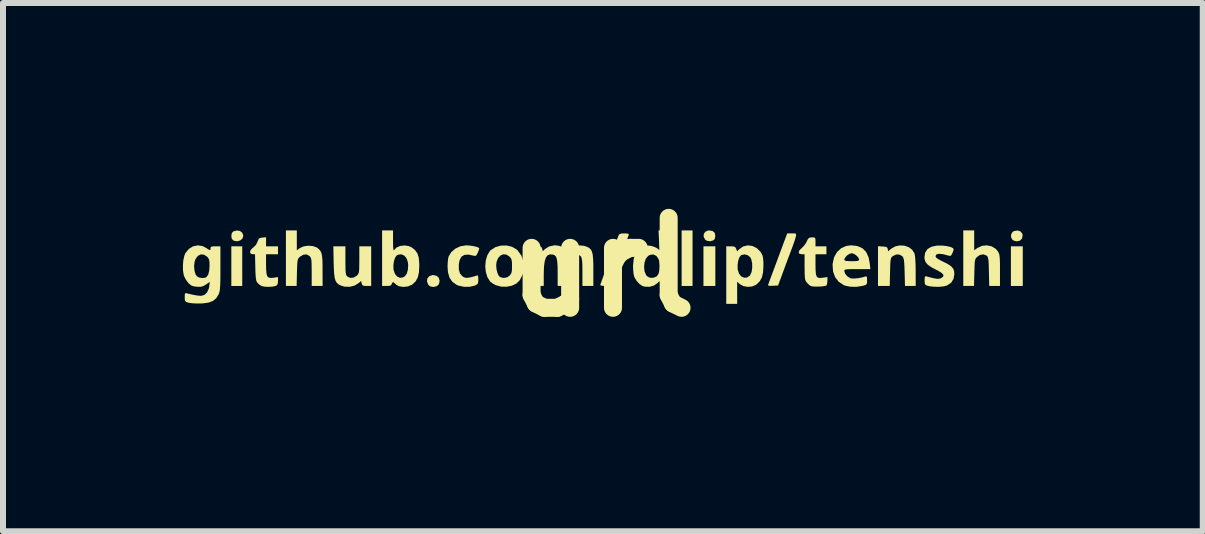
<source format=kicad_pcb>
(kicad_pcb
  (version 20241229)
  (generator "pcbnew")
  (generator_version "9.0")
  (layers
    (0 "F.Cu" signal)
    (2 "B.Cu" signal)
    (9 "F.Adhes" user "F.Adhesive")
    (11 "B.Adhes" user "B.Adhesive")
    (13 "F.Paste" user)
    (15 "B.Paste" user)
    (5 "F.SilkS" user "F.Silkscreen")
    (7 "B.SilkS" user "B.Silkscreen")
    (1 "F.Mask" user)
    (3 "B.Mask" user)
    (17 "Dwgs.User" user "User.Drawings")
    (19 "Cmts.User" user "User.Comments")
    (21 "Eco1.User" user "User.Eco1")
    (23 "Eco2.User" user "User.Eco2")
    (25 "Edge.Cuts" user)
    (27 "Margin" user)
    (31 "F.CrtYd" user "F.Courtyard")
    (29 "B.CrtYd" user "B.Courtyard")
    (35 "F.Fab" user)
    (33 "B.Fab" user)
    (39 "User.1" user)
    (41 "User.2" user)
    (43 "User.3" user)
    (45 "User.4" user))
  (footprint "url"
    (layer "F.Cu")
    (at 6.992 1.404)
    (property "Reference" "url" (at 0 0 0) (layer "F.SilkS") (effects (font (size 1.5 1.5) (thickness 0.3))))
    (attr board_only exclude_from_pos_files exclude_from_bom)
    (fp_poly (pts (xy -6.003 -0.017) (xy -6.003 0.314) (xy -6.094 0.314) (xy -6.185 0.314) (xy -6.185 -0.017) (xy -6.185 -0.347) (xy -6.094 -0.347) (xy -6.003 -0.347)) (stroke (width 0) (type solid)) (fill yes) (layer "F.SilkS"))
    (fp_poly (pts (xy 1.505 -0.149) (xy 1.505 0.314) (xy 1.414 0.314) (xy 1.323 0.314) (xy 1.323 -0.149) (xy 1.323 -0.612) (xy 1.414 -0.612) (xy 1.505 -0.612)) (stroke (width 0) (type solid)) (fill yes) (layer "F.SilkS"))
    (fp_poly (pts (xy 1.885 -0.017) (xy 1.885 0.314) (xy 1.786 0.314) (xy 1.687 0.314) (xy 1.687 -0.017) (xy 1.687 -0.347) (xy 1.786 -0.347) (xy 1.885 -0.347)) (stroke (width 0) (type solid)) (fill yes) (layer "F.SilkS"))
    (fp_poly (pts (xy 7.011 -0.017) (xy 7.011 0.314) (xy 6.912 0.314) (xy 6.813 0.314) (xy 6.813 -0.017) (xy 6.813 -0.347) (xy 6.912 -0.347) (xy 7.011 -0.347)) (stroke (width 0) (type solid)) (fill yes) (layer "F.SilkS"))
    (fp_poly (pts (xy -2.76 0.145) (xy -2.724 0.18) (xy -2.712 0.232) (xy -2.725 0.286) (xy -2.764 0.32) (xy -2.82 0.331) (xy -2.872 0.32) (xy -2.901 0.294) (xy -2.923 0.24) (xy -2.917 0.19) (xy -2.886 0.152) (xy -2.834 0.133) (xy -2.82 0.132)) (stroke (width 0) (type solid)) (fill yes) (layer "F.SilkS"))
    (fp_poly (pts (xy 1.84 -0.602) (xy 1.875 -0.571) (xy 1.885 -0.521) (xy 1.876 -0.471) (xy 1.853 -0.447) (xy 1.797 -0.431) (xy 1.743 -0.44) (xy 1.714 -0.46) (xy 1.69 -0.507) (xy 1.693 -0.554) (xy 1.719 -0.591) (xy 1.765 -0.611) (xy 1.78 -0.612)) (stroke (width 0) (type solid)) (fill yes) (layer "F.SilkS"))
    (fp_poly (pts (xy 6.974 -0.595) (xy 7.003 -0.558) (xy 7.008 -0.535) (xy 7 -0.479) (xy 6.967 -0.443) (xy 6.912 -0.43) (xy 6.868 -0.439) (xy 6.838 -0.457) (xy 6.816 -0.499) (xy 6.817 -0.546) (xy 6.84 -0.586) (xy 6.867 -0.602) (xy 6.926 -0.611)) (stroke (width 0) (type solid)) (fill yes) (layer "F.SilkS"))
    (fp_poly (pts (xy -6.044 -0.604) (xy -6.005 -0.576) (xy -5.987 -0.532) (xy -5.986 -0.522) (xy -6 -0.476) (xy -6.037 -0.445) (xy -6.087 -0.431) (xy -6.14 -0.44) (xy -6.156 -0.448) (xy -6.179 -0.478) (xy -6.185 -0.522) (xy -6.177 -0.566) (xy -6.153 -0.595) (xy -6.096 -0.611)) (stroke (width 0) (type solid)) (fill yes) (layer "F.SilkS"))
    (fp_poly (pts (xy 3.224 -0.559) (xy 3.231 -0.548) (xy 3.231 -0.527) (xy 3.223 -0.492) (xy 3.207 -0.441) (xy 3.182 -0.369) (xy 3.147 -0.274) (xy 3.101 -0.153) (xy 3.078 -0.091) (xy 2.931 0.306) (xy 2.844 0.311) (xy 2.792 0.312) (xy 2.768 0.307) (xy 2.765 0.294) (xy 2.773 0.274) (xy 2.79 0.226) (xy 2.816 0.156) (xy 2.849 0.068) (xy 2.887 -0.034) (xy 2.928 -0.145) (xy 3.083 -0.562) (xy 3.164 -0.562) (xy 3.19 -0.563) (xy 3.21 -0.563)) (stroke (width 0) (type solid)) (fill yes) (layer "F.SilkS"))
    (fp_poly (pts (xy 0.419 -0.56) (xy 0.442 -0.551) (xy 0.443 -0.542) (xy 0.435 -0.521) (xy 0.418 -0.474) (xy 0.392 -0.404) (xy 0.36 -0.316) (xy 0.322 -0.214) (xy 0.281 -0.103) (xy 0.127 0.314) (xy 0.047 0.314) (xy 0.001 0.311) (xy -0.028 0.304) (xy -0.033 0.298) (xy -0.028 0.28) (xy -0.012 0.236) (xy 0.011 0.171) (xy 0.041 0.089) (xy 0.075 -0.004) (xy 0.112 -0.104) (xy 0.149 -0.205) (xy 0.186 -0.303) (xy 0.219 -0.393) (xy 0.249 -0.47) (xy 0.272 -0.529) (xy 0.273 -0.533) (xy 0.289 -0.552) (xy 0.324 -0.561) (xy 0.367 -0.562)) (stroke (width 0) (type solid)) (fill yes) (layer "F.SilkS"))
    (fp_poly (pts (xy 6.201 -0.447) (xy 6.201 -0.282) (xy 6.261 -0.323) (xy 6.335 -0.356) (xy 6.415 -0.363) (xy 6.493 -0.346) (xy 6.559 -0.306) (xy 6.598 -0.261) (xy 6.61 -0.237) (xy 6.62 -0.21) (xy 6.625 -0.172) (xy 6.629 -0.12) (xy 6.631 -0.046) (xy 6.631 0.054) (xy 6.631 0.314) (xy 6.541 0.314) (xy 6.452 0.314) (xy 6.446 0.073) (xy 6.444 -0.022) (xy 6.441 -0.09) (xy 6.436 -0.135) (xy 6.429 -0.164) (xy 6.42 -0.181) (xy 6.409 -0.192) (xy 6.355 -0.213) (xy 6.297 -0.203) (xy 6.256 -0.175) (xy 6.237 -0.158) (xy 6.224 -0.141) (xy 6.216 -0.116) (xy 6.21 -0.079) (xy 6.207 -0.024) (xy 6.205 0.057) (xy 6.204 0.09) (xy 6.198 0.314) (xy 6.109 0.314) (xy 6.019 0.314) (xy 6.019 -0.149) (xy 6.019 -0.612) (xy 6.11 -0.612) (xy 6.201 -0.612)) (stroke (width 0) (type solid)) (fill yes) (layer "F.SilkS"))
    (fp_poly (pts (xy -5.093 -0.446) (xy -5.093 -0.28) (xy -5.042 -0.318) (xy -4.981 -0.346) (xy -4.906 -0.357) (xy -4.83 -0.352) (xy -4.765 -0.33) (xy -4.751 -0.321) (xy -4.72 -0.295) (xy -4.698 -0.267) (xy -4.682 -0.232) (xy -4.672 -0.183) (xy -4.666 -0.117) (xy -4.664 -0.026) (xy -4.664 0.054) (xy -4.663 0.314) (xy -4.754 0.314) (xy -4.845 0.314) (xy -4.845 0.083) (xy -4.846 -0.01) (xy -4.847 -0.076) (xy -4.851 -0.121) (xy -4.858 -0.15) (xy -4.868 -0.17) (xy -4.878 -0.182) (xy -4.927 -0.211) (xy -4.982 -0.208) (xy -5.039 -0.175) (xy -5.057 -0.158) (xy -5.07 -0.141) (xy -5.079 -0.116) (xy -5.084 -0.079) (xy -5.087 -0.024) (xy -5.09 0.057) (xy -5.091 0.09) (xy -5.096 0.314) (xy -5.186 0.314) (xy -5.275 0.314) (xy -5.275 -0.149) (xy -5.275 -0.612) (xy -5.184 -0.612) (xy -5.093 -0.612)) (stroke (width 0) (type solid)) (fill yes) (layer "F.SilkS"))
    (fp_poly (pts (xy -4.283 -0.11) (xy -4.282 -0.015) (xy -4.281 0.052) (xy -4.277 0.098) (xy -4.271 0.127) (xy -4.261 0.145) (xy -4.253 0.155) (xy -4.203 0.179) (xy -4.148 0.175) (xy -4.096 0.145) (xy -4.092 0.141) (xy -4.076 0.123) (xy -4.064 0.104) (xy -4.057 0.077) (xy -4.053 0.036) (xy -4.052 -0.024) (xy -4.051 -0.111) (xy -4.051 -0.123) (xy -4.051 -0.347) (xy -3.952 -0.347) (xy -3.853 -0.347) (xy -3.853 -0.017) (xy -3.853 0.314) (xy -3.927 0.314) (xy -3.974 0.312) (xy -3.998 0.302) (xy -4.01 0.278) (xy -4.012 0.272) (xy -4.022 0.23) (xy -4.058 0.263) (xy -4.128 0.307) (xy -4.212 0.328) (xy -4.301 0.325) (xy -4.358 0.307) (xy -4.397 0.287) (xy -4.426 0.262) (xy -4.447 0.227) (xy -4.462 0.178) (xy -4.471 0.109) (xy -4.476 0.016) (xy -4.479 -0.079) (xy -4.484 -0.347) (xy -4.384 -0.347) (xy -4.283 -0.347)) (stroke (width 0) (type solid)) (fill yes) (layer "F.SilkS"))
    (fp_poly (pts (xy 5.038 -0.358) (xy 5.11 -0.333) (xy 5.168 -0.289) (xy 5.205 -0.229) (xy 5.208 -0.218) (xy 5.215 -0.179) (xy 5.22 -0.116) (xy 5.224 -0.035) (xy 5.225 0.055) (xy 5.225 0.079) (xy 5.226 0.314) (xy 5.136 0.314) (xy 5.047 0.314) (xy 5.041 0.084) (xy 5.038 -0.01) (xy 5.034 -0.077) (xy 5.029 -0.123) (xy 5.021 -0.153) (xy 5.01 -0.173) (xy 5.004 -0.18) (xy 4.957 -0.209) (xy 4.902 -0.211) (xy 4.847 -0.186) (xy 4.843 -0.183) (xy 4.827 -0.169) (xy 4.816 -0.152) (xy 4.809 -0.126) (xy 4.804 -0.085) (xy 4.801 -0.023) (xy 4.799 0.065) (xy 4.798 0.081) (xy 4.793 0.314) (xy 4.695 0.314) (xy 4.597 0.314) (xy 4.597 -0.017) (xy 4.597 -0.349) (xy 4.676 -0.344) (xy 4.724 -0.339) (xy 4.749 -0.328) (xy 4.759 -0.306) (xy 4.76 -0.301) (xy 4.765 -0.264) (xy 4.814 -0.305) (xy 4.883 -0.345) (xy 4.96 -0.362)) (stroke (width 0) (type solid)) (fill yes) (layer "F.SilkS"))
    (fp_poly (pts (xy -5.606 -0.423) (xy -5.606 -0.347) (xy -5.507 -0.347) (xy -5.407 -0.347) (xy -5.407 -0.281) (xy -5.407 -0.215) (xy -5.507 -0.215) (xy -5.606 -0.215) (xy -5.606 -0.045) (xy -5.604 0.048) (xy -5.598 0.113) (xy -5.585 0.153) (xy -5.562 0.174) (xy -5.527 0.18) (xy -5.484 0.177) (xy -5.407 0.166) (xy -5.407 0.232) (xy -5.411 0.278) (xy -5.426 0.302) (xy -5.45 0.315) (xy -5.5 0.325) (xy -5.566 0.329) (xy -5.631 0.326) (xy -5.68 0.315) (xy -5.68 0.315) (xy -5.716 0.293) (xy -5.746 0.265) (xy -5.76 0.246) (xy -5.77 0.221) (xy -5.776 0.184) (xy -5.781 0.128) (xy -5.784 0.048) (xy -5.785 0.007) (xy -5.79 -0.215) (xy -5.83 -0.215) (xy -5.863 -0.226) (xy -5.873 -0.252) (xy -5.862 -0.286) (xy -5.831 -0.319) (xy -5.821 -0.325) (xy -5.774 -0.371) (xy -5.75 -0.421) (xy -5.732 -0.464) (xy -5.711 -0.485) (xy -5.674 -0.492) (xy -5.667 -0.493) (xy -5.606 -0.498)) (stroke (width 0) (type solid)) (fill yes) (layer "F.SilkS"))
    (fp_poly (pts (xy -2.215 -0.36) (xy -2.157 -0.352) (xy -2.104 -0.34) (xy -2.065 -0.327) (xy -2.051 -0.314) (xy -2.056 -0.292) (xy -2.071 -0.253) (xy -2.076 -0.24) (xy -2.096 -0.201) (xy -2.116 -0.187) (xy -2.138 -0.189) (xy -2.229 -0.209) (xy -2.299 -0.204) (xy -2.348 -0.175) (xy -2.378 -0.119) (xy -2.392 -0.05) (xy -2.392 0.039) (xy -2.373 0.105) (xy -2.332 0.152) (xy -2.323 0.159) (xy -2.289 0.176) (xy -2.252 0.179) (xy -2.202 0.171) (xy -2.149 0.158) (xy -2.107 0.145) (xy -2.096 0.141) (xy -2.078 0.138) (xy -2.07 0.152) (xy -2.067 0.19) (xy -2.067 0.206) (xy -2.069 0.254) (xy -2.08 0.281) (xy -2.105 0.298) (xy -2.124 0.307) (xy -2.211 0.328) (xy -2.308 0.328) (xy -2.401 0.307) (xy -2.431 0.294) (xy -2.5 0.244) (xy -2.547 0.176) (xy -2.573 0.086) (xy -2.58 -0.011) (xy -2.577 -0.078) (xy -2.571 -0.137) (xy -2.562 -0.177) (xy -2.518 -0.25) (xy -2.449 -0.309) (xy -2.365 -0.348) (xy -2.272 -0.363) (xy -2.269 -0.363)) (stroke (width 0) (type solid)) (fill yes) (layer "F.SilkS"))
    (fp_poly (pts (xy 3.533 -0.495) (xy 3.55 -0.484) (xy 3.555 -0.455) (xy 3.555 -0.422) (xy 3.555 -0.347) (xy 3.646 -0.347) (xy 3.737 -0.347) (xy 3.737 -0.281) (xy 3.737 -0.215) (xy 3.646 -0.215) (xy 3.555 -0.215) (xy 3.555 -0.035) (xy 3.557 0.056) (xy 3.562 0.118) (xy 3.575 0.156) (xy 3.597 0.176) (xy 3.632 0.181) (xy 3.68 0.176) (xy 3.754 0.166) (xy 3.754 0.231) (xy 3.749 0.275) (xy 3.739 0.304) (xy 3.736 0.307) (xy 3.704 0.316) (xy 3.652 0.322) (xy 3.591 0.325) (xy 3.532 0.324) (xy 3.489 0.319) (xy 3.479 0.316) (xy 3.444 0.292) (xy 3.409 0.256) (xy 3.409 0.255) (xy 3.394 0.234) (xy 3.384 0.209) (xy 3.378 0.174) (xy 3.375 0.122) (xy 3.374 0.047) (xy 3.373 -0.002) (xy 3.373 -0.215) (xy 3.324 -0.215) (xy 3.286 -0.224) (xy 3.274 -0.248) (xy 3.288 -0.282) (xy 3.326 -0.318) (xy 3.365 -0.358) (xy 3.401 -0.41) (xy 3.408 -0.426) (xy 3.429 -0.469) (xy 3.451 -0.49) (xy 3.483 -0.496) (xy 3.497 -0.496)) (stroke (width 0) (type solid)) (fill yes) (layer "F.SilkS"))
    (fp_poly (pts (xy -1.506 -0.34) (xy -1.429 -0.295) (xy -1.41 -0.277) (xy -1.348 -0.191) (xy -1.314 -0.092) (xy -1.306 0.014) (xy -1.326 0.119) (xy -1.375 0.217) (xy -1.378 0.221) (xy -1.433 0.274) (xy -1.509 0.31) (xy -1.597 0.327) (xy -1.688 0.325) (xy -1.774 0.301) (xy -1.778 0.3) (xy -1.826 0.273) (xy -1.865 0.244) (xy -1.872 0.237) (xy -1.916 0.167) (xy -1.942 0.079) (xy -1.951 -0.017) (xy -1.95 -0.026) (xy -1.769 -0.026) (xy -1.763 0.039) (xy -1.747 0.1) (xy -1.725 0.146) (xy -1.707 0.164) (xy -1.648 0.181) (xy -1.587 0.17) (xy -1.545 0.141) (xy -1.524 0.115) (xy -1.511 0.085) (xy -1.506 0.041) (xy -1.505 -0.017) (xy -1.506 -0.081) (xy -1.512 -0.123) (xy -1.526 -0.152) (xy -1.545 -0.174) (xy -1.598 -0.209) (xy -1.65 -0.214) (xy -1.699 -0.193) (xy -1.738 -0.15) (xy -1.763 -0.086) (xy -1.769 -0.026) (xy -1.95 -0.026) (xy -1.942 -0.113) (xy -1.916 -0.2) (xy -1.874 -0.269) (xy -1.858 -0.285) (xy -1.78 -0.334) (xy -1.69 -0.359) (xy -1.596 -0.361)) (stroke (width 0) (type solid)) (fill yes) (layer "F.SilkS"))
    (fp_poly (pts (xy 1.141 -0.149) (xy 1.141 0.314) (xy 1.066 0.314) (xy 1.017 0.311) (xy 0.99 0.299) (xy 0.973 0.274) (xy 0.973 0.273) (xy 0.954 0.231) (xy 0.922 0.265) (xy 0.862 0.307) (xy 0.787 0.328) (xy 0.709 0.326) (xy 0.67 0.315) (xy 0.621 0.282) (xy 0.573 0.23) (xy 0.538 0.171) (xy 0.529 0.148) (xy 0.52 0.102) (xy 0.515 0.037) (xy 0.513 -0.001) (xy 0.697 -0.001) (xy 0.705 0.071) (xy 0.73 0.131) (xy 0.745 0.15) (xy 0.793 0.177) (xy 0.851 0.178) (xy 0.905 0.155) (xy 0.911 0.151) (xy 0.937 0.112) (xy 0.953 0.051) (xy 0.958 -0.02) (xy 0.951 -0.091) (xy 0.938 -0.135) (xy 0.902 -0.187) (xy 0.853 -0.211) (xy 0.797 -0.205) (xy 0.763 -0.186) (xy 0.726 -0.14) (xy 0.704 -0.075) (xy 0.697 -0.001) (xy 0.513 -0.001) (xy 0.513 -0.025) (xy 0.524 -0.136) (xy 0.555 -0.228) (xy 0.605 -0.298) (xy 0.671 -0.343) (xy 0.75 -0.36) (xy 0.782 -0.359) (xy 0.842 -0.347) (xy 0.895 -0.326) (xy 0.908 -0.318) (xy 0.954 -0.284) (xy 0.946 -0.448) (xy 0.938 -0.612) (xy 1.04 -0.612) (xy 1.141 -0.612)) (stroke (width 0) (type solid)) (fill yes) (layer "F.SilkS"))
    (fp_poly (pts (xy 2.503 -0.353) (xy 2.575 -0.318) (xy 2.637 -0.257) (xy 2.653 -0.231) (xy 2.671 -0.195) (xy 2.681 -0.152) (xy 2.686 -0.093) (xy 2.687 -0.025) (xy 2.681 0.085) (xy 2.662 0.17) (xy 2.626 0.235) (xy 2.573 0.287) (xy 2.562 0.295) (xy 2.497 0.323) (xy 2.422 0.329) (xy 2.349 0.315) (xy 2.291 0.282) (xy 2.29 0.281) (xy 2.249 0.242) (xy 2.249 0.427) (xy 2.249 0.612) (xy 2.158 0.612) (xy 2.067 0.612) (xy 2.067 0.132) (xy 2.067 -0.032) (xy 2.256 -0.032) (xy 2.258 0.039) (xy 2.259 0.044) (xy 2.28 0.109) (xy 2.316 0.154) (xy 2.362 0.176) (xy 2.411 0.174) (xy 2.457 0.144) (xy 2.467 0.131) (xy 2.49 0.08) (xy 2.5 0.011) (xy 2.499 -0.063) (xy 2.485 -0.128) (xy 2.468 -0.164) (xy 2.424 -0.199) (xy 2.371 -0.212) (xy 2.319 -0.201) (xy 2.31 -0.195) (xy 2.284 -0.159) (xy 2.265 -0.101) (xy 2.256 -0.032) (xy 2.067 -0.032) (xy 2.067 -0.347) (xy 2.142 -0.347) (xy 2.19 -0.345) (xy 2.216 -0.334) (xy 2.231 -0.309) (xy 2.233 -0.306) (xy 2.248 -0.264) (xy 2.282 -0.298) (xy 2.35 -0.345) (xy 2.426 -0.363)) (stroke (width 0) (type solid)) (fill yes) (layer "F.SilkS"))
    (fp_poly (pts (xy -3.489 -0.434) (xy -3.488 -0.353) (xy -3.484 -0.303) (xy -3.479 -0.282) (xy -3.471 -0.285) (xy -3.429 -0.328) (xy -3.367 -0.354) (xy -3.295 -0.362) (xy -3.224 -0.35) (xy -3.174 -0.327) (xy -3.119 -0.281) (xy -3.082 -0.227) (xy -3.06 -0.158) (xy -3.052 -0.067) (xy -3.051 -0.025) (xy -3.057 0.086) (xy -3.076 0.171) (xy -3.111 0.236) (xy -3.163 0.286) (xy -3.173 0.293) (xy -3.241 0.322) (xy -3.32 0.33) (xy -3.394 0.317) (xy -3.399 0.315) (xy -3.437 0.291) (xy -3.455 0.275) (xy -3.482 0.251) (xy -3.501 0.258) (xy -3.511 0.281) (xy -3.522 0.302) (xy -3.549 0.312) (xy -3.595 0.314) (xy -3.671 0.314) (xy -3.671 -0.033) (xy -3.483 -0.033) (xy -3.481 0.037) (xy -3.48 0.044) (xy -3.458 0.111) (xy -3.421 0.156) (xy -3.374 0.178) (xy -3.323 0.171) (xy -3.291 0.152) (xy -3.26 0.109) (xy -3.241 0.044) (xy -3.236 -0.033) (xy -3.242 -0.086) (xy -3.265 -0.15) (xy -3.304 -0.194) (xy -3.353 -0.214) (xy -3.406 -0.207) (xy -3.429 -0.194) (xy -3.454 -0.159) (xy -3.473 -0.101) (xy -3.483 -0.033) (xy -3.671 -0.033) (xy -3.671 -0.149) (xy -3.671 -0.612) (xy -3.58 -0.612) (xy -3.489 -0.612)) (stroke (width 0) (type solid)) (fill yes) (layer "F.SilkS"))
    (fp_poly (pts (xy 5.736 -0.352) (xy 5.793 -0.34) (xy 5.824 -0.329) (xy 5.851 -0.313) (xy 5.859 -0.295) (xy 5.851 -0.265) (xy 5.842 -0.243) (xy 5.822 -0.202) (xy 5.803 -0.187) (xy 5.781 -0.19) (xy 5.685 -0.215) (xy 5.616 -0.223) (xy 5.573 -0.213) (xy 5.557 -0.186) (xy 5.556 -0.181) (xy 5.567 -0.159) (xy 5.602 -0.133) (xy 5.664 -0.1) (xy 5.677 -0.094) (xy 5.761 -0.052) (xy 5.817 -0.014) (xy 5.851 0.025) (xy 5.867 0.07) (xy 5.87 0.117) (xy 5.856 0.198) (xy 5.815 0.262) (xy 5.746 0.307) (xy 5.744 0.308) (xy 5.69 0.321) (xy 5.616 0.328) (xy 5.536 0.327) (xy 5.462 0.32) (xy 5.428 0.312) (xy 5.395 0.3) (xy 5.379 0.282) (xy 5.375 0.246) (xy 5.374 0.221) (xy 5.376 0.175) (xy 5.383 0.155) (xy 5.399 0.152) (xy 5.412 0.156) (xy 5.498 0.179) (xy 5.561 0.192) (xy 5.605 0.195) (xy 5.638 0.189) (xy 5.647 0.185) (xy 5.683 0.16) (xy 5.689 0.132) (xy 5.663 0.1) (xy 5.605 0.063) (xy 5.569 0.045) (xy 5.483 -0.000363) (xy 5.425 -0.042) (xy 5.39 -0.085) (xy 5.374 -0.133) (xy 5.371 -0.165) (xy 5.384 -0.242) (xy 5.423 -0.301) (xy 5.488 -0.34) (xy 5.578 -0.359) (xy 5.672 -0.359)) (stroke (width 0) (type solid)) (fill yes) (layer "F.SilkS"))
    (fp_poly (pts (xy 4.256 -0.351) (xy 4.339 -0.314) (xy 4.4 -0.252) (xy 4.44 -0.164) (xy 4.459 -0.067) (xy 4.47 0.033) (xy 4.252 0.033) (xy 4.164 0.033) (xy 4.103 0.035) (xy 4.065 0.038) (xy 4.045 0.044) (xy 4.036 0.054) (xy 4.035 0.064) (xy 4.049 0.109) (xy 4.085 0.153) (xy 4.132 0.182) (xy 4.15 0.188) (xy 4.2 0.19) (xy 4.267 0.184) (xy 4.336 0.171) (xy 4.386 0.156) (xy 4.404 0.154) (xy 4.413 0.169) (xy 4.415 0.21) (xy 4.415 0.22) (xy 4.414 0.265) (xy 4.404 0.289) (xy 4.376 0.303) (xy 4.342 0.312) (xy 4.241 0.328) (xy 4.141 0.327) (xy 4.053 0.31) (xy 4.026 0.3) (xy 3.943 0.245) (xy 3.883 0.168) (xy 3.848 0.074) (xy 3.84 -0.036) (xy 3.842 -0.062) (xy 3.856 -0.125) (xy 4.035 -0.125) (xy 4.041 -0.111) (xy 4.063 -0.104) (xy 4.107 -0.1) (xy 4.159 -0.099) (xy 4.224 -0.1) (xy 4.262 -0.105) (xy 4.28 -0.114) (xy 4.283 -0.125) (xy 4.269 -0.16) (xy 4.235 -0.196) (xy 4.193 -0.223) (xy 4.159 -0.232) (xy 4.118 -0.22) (xy 4.076 -0.191) (xy 4.045 -0.154) (xy 4.035 -0.125) (xy 3.856 -0.125) (xy 3.866 -0.167) (xy 3.915 -0.253) (xy 3.984 -0.316) (xy 4.07 -0.354) (xy 4.152 -0.364)) (stroke (width 0) (type solid)) (fill yes) (layer "F.SilkS"))
    (fp_poly (pts (xy -0.721 -0.356) (xy -0.661 -0.335) (xy -0.615 -0.307) (xy -0.599 -0.289) (xy -0.586 -0.271) (xy -0.57 -0.275) (xy -0.547 -0.296) (xy -0.479 -0.342) (xy -0.396 -0.363) (xy -0.307 -0.356) (xy -0.257 -0.34) (xy -0.22 -0.321) (xy -0.193 -0.297) (xy -0.173 -0.261) (xy -0.16 -0.211) (xy -0.153 -0.14) (xy -0.149 -0.045) (xy -0.149 0.049) (xy -0.149 0.314) (xy -0.24 0.314) (xy -0.331 0.314) (xy -0.331 0.086) (xy -0.332 -0.012) (xy -0.334 -0.082) (xy -0.34 -0.131) (xy -0.348 -0.163) (xy -0.356 -0.178) (xy -0.395 -0.209) (xy -0.444 -0.213) (xy -0.495 -0.19) (xy -0.513 -0.173) (xy -0.53 -0.153) (xy -0.541 -0.132) (xy -0.549 -0.101) (xy -0.554 -0.055) (xy -0.557 0.012) (xy -0.56 0.092) (xy -0.566 0.314) (xy -0.655 0.314) (xy -0.744 0.314) (xy -0.744 0.1) (xy -0.745 -0.007) (xy -0.75 -0.086) (xy -0.759 -0.142) (xy -0.774 -0.177) (xy -0.795 -0.199) (xy -0.819 -0.208) (xy -0.871 -0.213) (xy -0.911 -0.198) (xy -0.94 -0.16) (xy -0.96 -0.097) (xy -0.972 -0.006) (xy -0.976 0.115) (xy -0.976 0.128) (xy -0.976 0.314) (xy -1.067 0.314) (xy -1.158 0.314) (xy -1.158 -0.017) (xy -1.158 -0.347) (xy -1.085 -0.347) (xy -1.038 -0.345) (xy -1.015 -0.334) (xy -1.003 -0.31) (xy -1.002 -0.306) (xy -0.992 -0.265) (xy -0.958 -0.299) (xy -0.889 -0.344) (xy -0.802 -0.363) (xy -0.784 -0.364)) (stroke (width 0) (type solid)) (fill yes) (layer "F.SilkS"))
    (fp_poly (pts (xy -6.664 -0.351) (xy -6.608 -0.322) (xy -6.565 -0.294) (xy -6.542 -0.284) (xy -6.533 -0.291) (xy -6.532 -0.314) (xy -6.528 -0.334) (xy -6.509 -0.344) (xy -6.468 -0.347) (xy -6.449 -0.347) (xy -6.367 -0.347) (xy -6.367 0.021) (xy -6.367 0.143) (xy -6.368 0.238) (xy -6.371 0.309) (xy -6.375 0.362) (xy -6.38 0.401) (xy -6.388 0.431) (xy -6.398 0.456) (xy -6.438 0.52) (xy -6.492 0.564) (xy -6.566 0.592) (xy -6.666 0.605) (xy -6.696 0.606) (xy -6.77 0.606) (xy -6.84 0.602) (xy -6.892 0.595) (xy -6.9 0.593) (xy -6.938 0.58) (xy -6.956 0.563) (xy -6.962 0.529) (xy -6.962 0.501) (xy -6.961 0.455) (xy -6.954 0.436) (xy -6.936 0.434) (xy -6.916 0.439) (xy -6.833 0.459) (xy -6.755 0.473) (xy -6.696 0.479) (xy -6.694 0.479) (xy -6.636 0.465) (xy -6.591 0.423) (xy -6.561 0.359) (xy -6.554 0.325) (xy -6.544 0.246) (xy -6.608 0.29) (xy -6.653 0.316) (xy -6.695 0.328) (xy -6.75 0.327) (xy -6.762 0.327) (xy -6.82 0.319) (xy -6.86 0.302) (xy -6.896 0.27) (xy -6.906 0.26) (xy -6.944 0.207) (xy -6.974 0.147) (xy -6.979 0.129) (xy -6.991 0.057) (xy -6.992 -0.019) (xy -6.806 -0.019) (xy -6.8 0.054) (xy -6.783 0.116) (xy -6.761 0.151) (xy -6.722 0.173) (xy -6.669 0.182) (xy -6.621 0.177) (xy -6.605 0.169) (xy -6.572 0.13) (xy -6.554 0.062) (xy -6.548 -0.024) (xy -6.55 -0.087) (xy -6.557 -0.128) (xy -6.573 -0.157) (xy -6.589 -0.174) (xy -6.641 -0.208) (xy -6.694 -0.212) (xy -6.742 -0.188) (xy -6.78 -0.138) (xy -6.797 -0.091) (xy -6.806 -0.019) (xy -6.992 -0.019) (xy -6.992 -0.029) (xy -6.985 -0.115) (xy -6.969 -0.189) (xy -6.951 -0.234) (xy -6.894 -0.303) (xy -6.823 -0.347) (xy -6.744 -0.363)) (stroke (width 0) (type solid)) (fill yes) (layer "F.SilkS")))
  (gr_rect
    (start -3 -3)
    (end 17.004 5.808)
    (stroke (width 0.1) (type default))
    (fill no)
    (layer "Edge.Cuts")))
</source>
